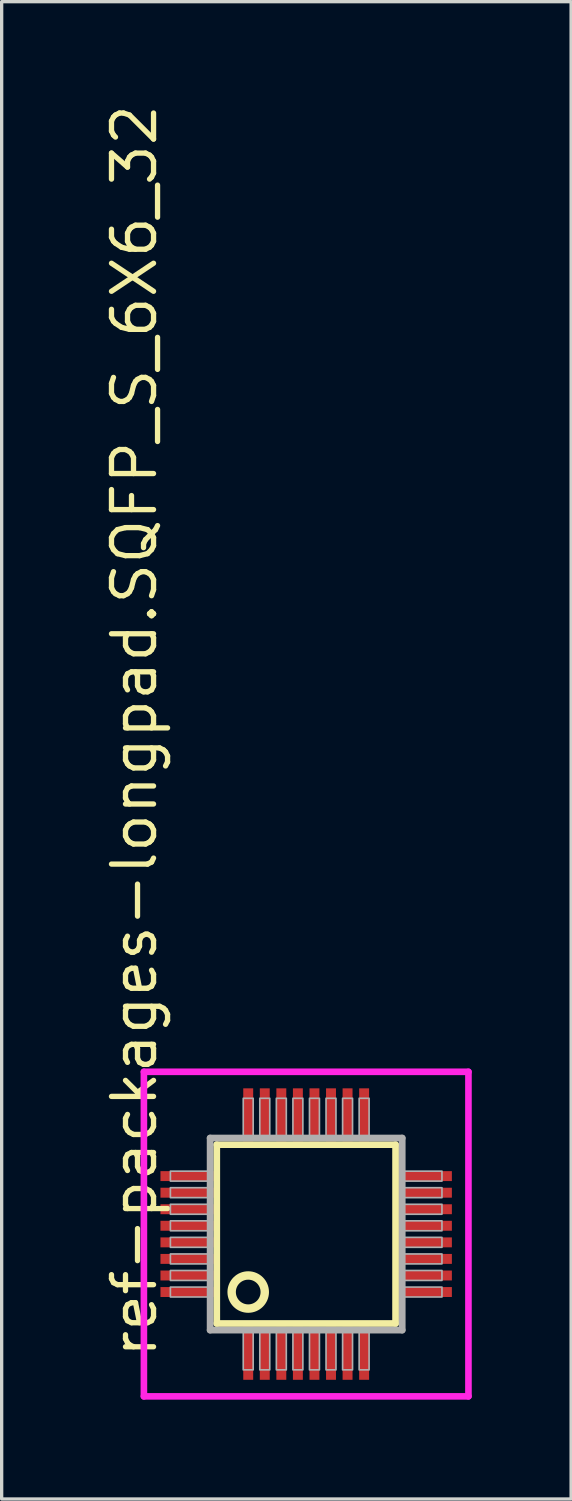
<source format=kicad_pcb>
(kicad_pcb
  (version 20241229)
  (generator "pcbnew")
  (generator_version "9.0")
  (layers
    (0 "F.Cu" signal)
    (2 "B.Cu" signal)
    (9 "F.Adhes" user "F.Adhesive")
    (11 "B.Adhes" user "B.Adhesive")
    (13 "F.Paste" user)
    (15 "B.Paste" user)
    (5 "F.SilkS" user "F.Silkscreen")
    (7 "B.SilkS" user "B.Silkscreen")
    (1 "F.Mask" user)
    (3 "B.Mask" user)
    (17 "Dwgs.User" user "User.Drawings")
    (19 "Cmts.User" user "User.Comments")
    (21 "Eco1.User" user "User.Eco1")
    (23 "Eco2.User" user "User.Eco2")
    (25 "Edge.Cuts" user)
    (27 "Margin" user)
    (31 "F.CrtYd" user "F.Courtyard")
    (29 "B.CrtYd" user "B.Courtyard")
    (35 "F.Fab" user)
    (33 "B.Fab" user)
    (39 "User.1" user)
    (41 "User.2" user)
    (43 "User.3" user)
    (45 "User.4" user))
  (footprint "ref-packages-longpad.SQFP_S_6X6_32"
    (layer "F.Cu")
    (at 6.195 34.214)
    (property "Reference" "ref-packages-longpad.SQFP_S_6X6_32" (at -4.445 3.81 90) (layer "F.SilkS") (effects (font (size 1.27 1.27) (thickness 0.16)) (justify left bottom)))
    (attr smd)
    (fp_line (start -2.7 -2.7) (end 2.7 -2.7) (stroke (width 0.203) (type default)) (layer "F.SilkS"))
    (fp_line (start -2.7 2.7) (end -2.7 -2.7) (stroke (width 0.203) (type default)) (layer "F.SilkS"))
    (fp_line (start 2.7 -2.7) (end 2.7 2.7) (stroke (width 0.203) (type default)) (layer "F.SilkS"))
    (fp_line (start 2.7 2.7) (end -2.7 2.7) (stroke (width 0.203) (type default)) (layer "F.SilkS"))
    (fp_circle (center -1.75 1.75) (end -1.25 1.75) (stroke (width 0.254) (type default)) (fill no) (layer "F.SilkS"))
    (fp_line (start -4.9 -4.9) (end 4.9 -4.9) (stroke (width 0.2) (type default)) (layer "F.CrtYd"))
    (fp_line (start -4.9 4.9) (end -4.9 -4.9) (stroke (width 0.2) (type default)) (layer "F.CrtYd"))
    (fp_line (start 4.9 -4.9) (end 4.9 4.9) (stroke (width 0.2) (type default)) (layer "F.CrtYd"))
    (fp_line (start 4.9 4.9) (end -4.9 4.9) (stroke (width 0.2) (type default)) (layer "F.CrtYd"))
    (fp_line (start -2.9 -2.9) (end -2.9 2.9) (stroke (width 0.203) (type default)) (layer "F.Fab"))
    (fp_line (start -2.9 2.9) (end 2.9 2.9) (stroke (width 0.203) (type default)) (layer "F.Fab"))
    (fp_line (start 2.9 -2.9) (end -2.9 -2.9) (stroke (width 0.203) (type default)) (layer "F.Fab"))
    (fp_line (start 2.9 2.9) (end 2.9 -2.9) (stroke (width 0.203) (type default)) (layer "F.Fab"))
    (fp_rect (start -4.1 -1.6) (end -2.95 -1.9) (stroke (width 0.05) (type default)) (fill no) (layer "F.Fab"))
    (fp_rect (start -4.1 -1.1) (end -2.95 -1.4) (stroke (width 0.05) (type default)) (fill no) (layer "F.Fab"))
    (fp_rect (start -4.1 -0.6) (end -2.95 -0.9) (stroke (width 0.05) (type default)) (fill no) (layer "F.Fab"))
    (fp_rect (start -4.1 -0.1) (end -2.95 -0.4) (stroke (width 0.05) (type default)) (fill no) (layer "F.Fab"))
    (fp_rect (start -4.1 0.4) (end -2.95 0.1) (stroke (width 0.05) (type default)) (fill no) (layer "F.Fab"))
    (fp_rect (start -4.1 0.9) (end -2.95 0.6) (stroke (width 0.05) (type default)) (fill no) (layer "F.Fab"))
    (fp_rect (start -4.1 1.4) (end -2.95 1.1) (stroke (width 0.05) (type default)) (fill no) (layer "F.Fab"))
    (fp_rect (start -4.1 1.9) (end -2.95 1.6) (stroke (width 0.05) (type default)) (fill no) (layer "F.Fab"))
    (fp_rect (start -1.9 -2.95) (end -1.6 -4.1) (stroke (width 0.05) (type default)) (fill no) (layer "F.Fab"))
    (fp_rect (start -1.9 4.1) (end -1.6 2.95) (stroke (width 0.05) (type default)) (fill no) (layer "F.Fab"))
    (fp_rect (start -1.4 -2.95) (end -1.1 -4.1) (stroke (width 0.05) (type default)) (fill no) (layer "F.Fab"))
    (fp_rect (start -1.4 4.1) (end -1.1 2.95) (stroke (width 0.05) (type default)) (fill no) (layer "F.Fab"))
    (fp_rect (start -0.9 -2.95) (end -0.6 -4.1) (stroke (width 0.05) (type default)) (fill no) (layer "F.Fab"))
    (fp_rect (start -0.9 4.1) (end -0.6 2.95) (stroke (width 0.05) (type default)) (fill no) (layer "F.Fab"))
    (fp_rect (start -0.4 -2.95) (end -0.1 -4.1) (stroke (width 0.05) (type default)) (fill no) (layer "F.Fab"))
    (fp_rect (start -0.4 4.1) (end -0.1 2.95) (stroke (width 0.05) (type default)) (fill no) (layer "F.Fab"))
    (fp_rect (start 0.1 -2.95) (end 0.4 -4.1) (stroke (width 0.05) (type default)) (fill no) (layer "F.Fab"))
    (fp_rect (start 0.1 4.1) (end 0.4 2.95) (stroke (width 0.05) (type default)) (fill no) (layer "F.Fab"))
    (fp_rect (start 0.6 -2.95) (end 0.9 -4.1) (stroke (width 0.05) (type default)) (fill no) (layer "F.Fab"))
    (fp_rect (start 0.6 4.1) (end 0.9 2.95) (stroke (width 0.05) (type default)) (fill no) (layer "F.Fab"))
    (fp_rect (start 1.1 -2.95) (end 1.4 -4.1) (stroke (width 0.05) (type default)) (fill no) (layer "F.Fab"))
    (fp_rect (start 1.1 4.1) (end 1.4 2.95) (stroke (width 0.05) (type default)) (fill no) (layer "F.Fab"))
    (fp_rect (start 1.6 -2.95) (end 1.9 -4.1) (stroke (width 0.05) (type default)) (fill no) (layer "F.Fab"))
    (fp_rect (start 1.6 4.1) (end 1.9 2.95) (stroke (width 0.05) (type default)) (fill no) (layer "F.Fab"))
    (fp_rect (start 2.95 -1.6) (end 4.1 -1.9) (stroke (width 0.05) (type default)) (fill no) (layer "F.Fab"))
    (fp_rect (start 2.95 -1.1) (end 4.1 -1.4) (stroke (width 0.05) (type default)) (fill no) (layer "F.Fab"))
    (fp_rect (start 2.95 -0.6) (end 4.1 -0.9) (stroke (width 0.05) (type default)) (fill no) (layer "F.Fab"))
    (fp_rect (start 2.95 -0.1) (end 4.1 -0.4) (stroke (width 0.05) (type default)) (fill no) (layer "F.Fab"))
    (fp_rect (start 2.95 0.4) (end 4.1 0.1) (stroke (width 0.05) (type default)) (fill no) (layer "F.Fab"))
    (fp_rect (start 2.95 0.9) (end 4.1 0.6) (stroke (width 0.05) (type default)) (fill no) (layer "F.Fab"))
    (fp_rect (start 2.95 1.4) (end 4.1 1.1) (stroke (width 0.05) (type default)) (fill no) (layer "F.Fab"))
    (fp_rect (start 2.95 1.9) (end 4.1 1.6) (stroke (width 0.05) (type default)) (fill no) (layer "F.Fab"))
    (pad "1" smd roundrect (at -1.75 3.6) (size 0.3 1.6) (layers "F.Cu" "F.Mask" "F.Paste") (roundrect_rratio 0.01))
    (pad "2" smd roundrect (at -1.25 3.6) (size 0.3 1.6) (layers "F.Cu" "F.Mask" "F.Paste") (roundrect_rratio 0.01))
    (pad "3" smd roundrect (at -0.75 3.6) (size 0.3 1.6) (layers "F.Cu" "F.Mask" "F.Paste") (roundrect_rratio 0.01))
    (pad "4" smd roundrect (at -0.25 3.6) (size 0.3 1.6) (layers "F.Cu" "F.Mask" "F.Paste") (roundrect_rratio 0.01))
    (pad "5" smd roundrect (at 0.25 3.6) (size 0.3 1.6) (layers "F.Cu" "F.Mask" "F.Paste") (roundrect_rratio 0.01))
    (pad "6" smd roundrect (at 0.75 3.6) (size 0.3 1.6) (layers "F.Cu" "F.Mask" "F.Paste") (roundrect_rratio 0.01))
    (pad "7" smd roundrect (at 1.25 3.6) (size 0.3 1.6) (layers "F.Cu" "F.Mask" "F.Paste") (roundrect_rratio 0.01))
    (pad "8" smd roundrect (at 1.75 3.6) (size 0.3 1.6) (layers "F.Cu" "F.Mask" "F.Paste") (roundrect_rratio 0.01))
    (pad "9" smd roundrect (at 3.6 1.75) (size 1.6 0.3) (layers "F.Cu" "F.Mask" "F.Paste") (roundrect_rratio 0.01))
    (pad "10" smd roundrect (at 3.6 1.25) (size 1.6 0.3) (layers "F.Cu" "F.Mask" "F.Paste") (roundrect_rratio 0.01))
    (pad "11" smd roundrect (at 3.6 0.75) (size 1.6 0.3) (layers "F.Cu" "F.Mask" "F.Paste") (roundrect_rratio 0.01))
    (pad "12" smd roundrect (at 3.6 0.25) (size 1.6 0.3) (layers "F.Cu" "F.Mask" "F.Paste") (roundrect_rratio 0.01))
    (pad "13" smd roundrect (at 3.6 -0.25) (size 1.6 0.3) (layers "F.Cu" "F.Mask" "F.Paste") (roundrect_rratio 0.01))
    (pad "14" smd roundrect (at 3.6 -0.75) (size 1.6 0.3) (layers "F.Cu" "F.Mask" "F.Paste") (roundrect_rratio 0.01))
    (pad "15" smd roundrect (at 3.6 -1.25) (size 1.6 0.3) (layers "F.Cu" "F.Mask" "F.Paste") (roundrect_rratio 0.01))
    (pad "16" smd roundrect (at 3.6 -1.75) (size 1.6 0.3) (layers "F.Cu" "F.Mask" "F.Paste") (roundrect_rratio 0.01))
    (pad "17" smd roundrect (at 1.75 -3.6) (size 0.3 1.6) (layers "F.Cu" "F.Mask" "F.Paste") (roundrect_rratio 0.01))
    (pad "18" smd roundrect (at 1.25 -3.6) (size 0.3 1.6) (layers "F.Cu" "F.Mask" "F.Paste") (roundrect_rratio 0.01))
    (pad "19" smd roundrect (at 0.75 -3.6) (size 0.3 1.6) (layers "F.Cu" "F.Mask" "F.Paste") (roundrect_rratio 0.01))
    (pad "20" smd roundrect (at 0.25 -3.6) (size 0.3 1.6) (layers "F.Cu" "F.Mask" "F.Paste") (roundrect_rratio 0.01))
    (pad "21" smd roundrect (at -0.25 -3.6) (size 0.3 1.6) (layers "F.Cu" "F.Mask" "F.Paste") (roundrect_rratio 0.01))
    (pad "22" smd roundrect (at -0.75 -3.6) (size 0.3 1.6) (layers "F.Cu" "F.Mask" "F.Paste") (roundrect_rratio 0.01))
    (pad "23" smd roundrect (at -1.25 -3.6) (size 0.3 1.6) (layers "F.Cu" "F.Mask" "F.Paste") (roundrect_rratio 0.01))
    (pad "24" smd roundrect (at -1.75 -3.6) (size 0.3 1.6) (layers "F.Cu" "F.Mask" "F.Paste") (roundrect_rratio 0.01))
    (pad "25" smd roundrect (at -3.6 -1.75) (size 1.6 0.3) (layers "F.Cu" "F.Mask" "F.Paste") (roundrect_rratio 0.01))
    (pad "26" smd roundrect (at -3.6 -1.25) (size 1.6 0.3) (layers "F.Cu" "F.Mask" "F.Paste") (roundrect_rratio 0.01))
    (pad "27" smd roundrect (at -3.6 -0.75) (size 1.6 0.3) (layers "F.Cu" "F.Mask" "F.Paste") (roundrect_rratio 0.01))
    (pad "28" smd roundrect (at -3.6 -0.25) (size 1.6 0.3) (layers "F.Cu" "F.Mask" "F.Paste") (roundrect_rratio 0.01))
    (pad "29" smd roundrect (at -3.6 0.25) (size 1.6 0.3) (layers "F.Cu" "F.Mask" "F.Paste") (roundrect_rratio 0.01))
    (pad "30" smd roundrect (at -3.6 0.75) (size 1.6 0.3) (layers "F.Cu" "F.Mask" "F.Paste") (roundrect_rratio 0.01))
    (pad "31" smd roundrect (at -3.6 1.25) (size 1.6 0.3) (layers "F.Cu" "F.Mask" "F.Paste") (roundrect_rratio 0.01))
    (pad "32" smd roundrect (at -3.6 1.75) (size 1.6 0.3) (layers "F.Cu" "F.Mask" "F.Paste") (roundrect_rratio 0.01)))
  (gr_rect
    (start -3 -3)
    (end 14.195 42.214)
    (stroke (width 0.1) (type default))
    (fill no)
    (layer "Edge.Cuts")))
</source>
